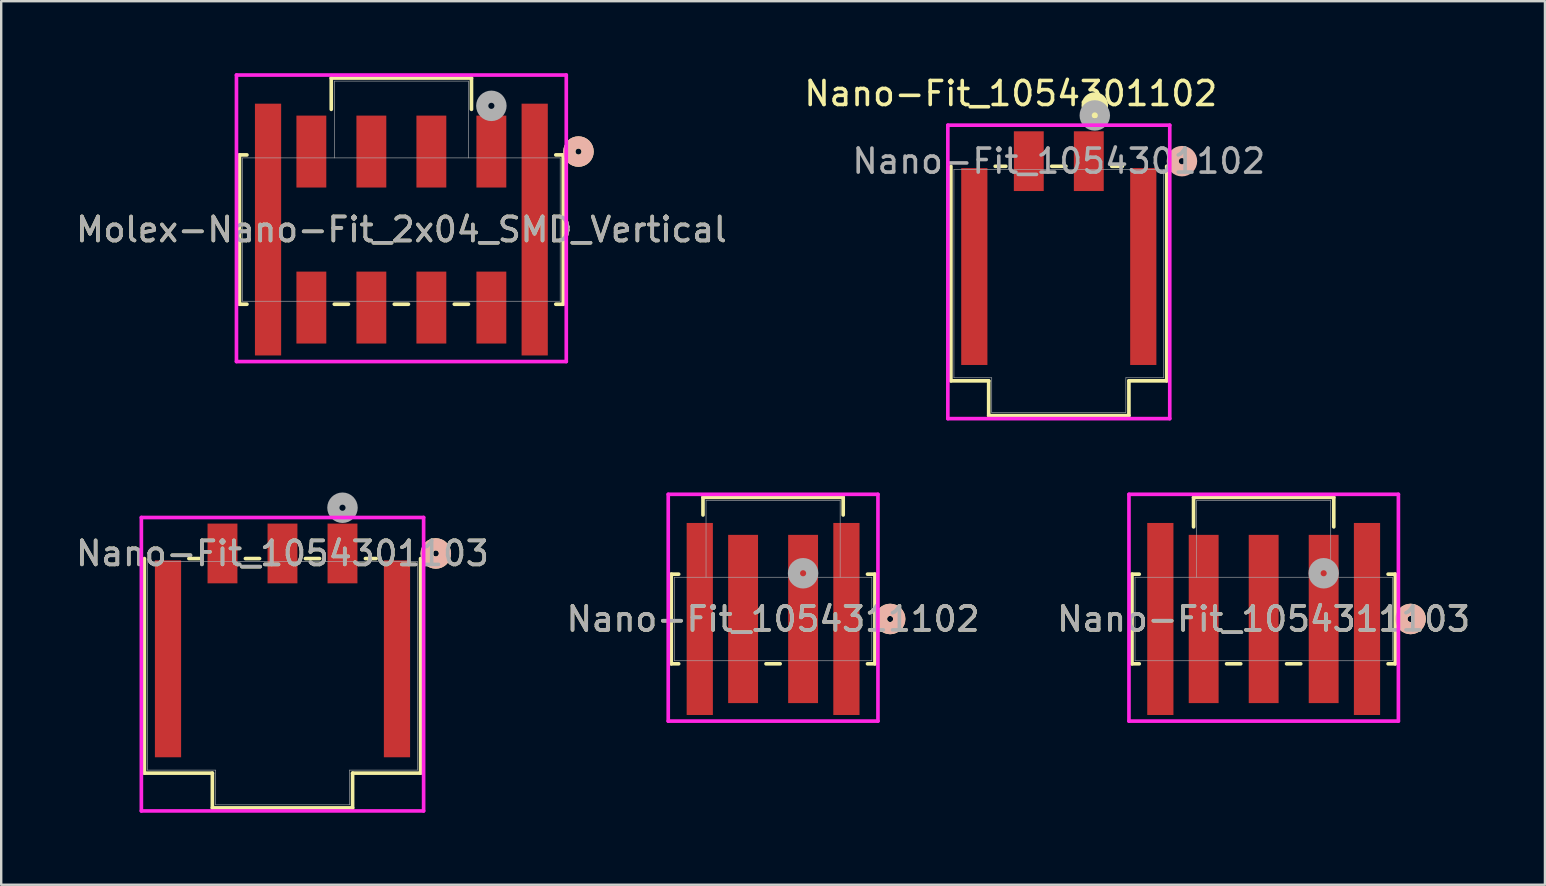
<source format=kicad_pcb>
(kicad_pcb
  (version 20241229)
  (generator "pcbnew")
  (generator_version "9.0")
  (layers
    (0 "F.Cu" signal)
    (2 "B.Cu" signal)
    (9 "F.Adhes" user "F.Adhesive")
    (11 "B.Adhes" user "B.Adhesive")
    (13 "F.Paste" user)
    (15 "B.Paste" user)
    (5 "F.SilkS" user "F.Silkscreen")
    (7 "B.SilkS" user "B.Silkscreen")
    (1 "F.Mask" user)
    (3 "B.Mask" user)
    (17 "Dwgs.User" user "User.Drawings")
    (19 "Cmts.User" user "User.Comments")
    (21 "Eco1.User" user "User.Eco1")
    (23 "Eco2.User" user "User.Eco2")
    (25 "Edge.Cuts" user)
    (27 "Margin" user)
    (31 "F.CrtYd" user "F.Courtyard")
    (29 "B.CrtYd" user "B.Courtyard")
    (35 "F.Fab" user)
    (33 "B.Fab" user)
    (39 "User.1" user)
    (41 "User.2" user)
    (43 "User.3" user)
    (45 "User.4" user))
  (footprint "Nano-Fit_1054301102"
    (layer "F.Cu")
    (at 41.065 8.348)
    (property "Reference" "Nano-Fit_1054301102" (at -2 -7.5 0) (unlocked yes) (layer "F.SilkS") (effects (font (size 1 1) (thickness 0.15))))
    (attr smd)
    (fp_line (start -4.496 -4.47) (end -4.496 4.47) (stroke (width 0.152) (type solid)) (layer "F.SilkS"))
    (fp_line (start -4.496 4.47) (end -2.921 4.47) (stroke (width 0.152) (type solid)) (layer "F.SilkS"))
    (fp_line (start -2.921 4.47) (end -2.921 5.918) (stroke (width 0.152) (type solid)) (layer "F.SilkS"))
    (fp_line (start -2.921 5.918) (end 2.921 5.918) (stroke (width 0.152) (type solid)) (layer "F.SilkS"))
    (fp_line (start -2.205 -4.47) (end -2.65 -4.47) (stroke (width 0.152) (type solid)) (layer "F.SilkS"))
    (fp_line (start 0.295 -4.47) (end -0.295 -4.47) (stroke (width 0.152) (type solid)) (layer "F.SilkS"))
    (fp_line (start 2.65 -4.47) (end 2.205 -4.47) (stroke (width 0.152) (type solid)) (layer "F.SilkS"))
    (fp_line (start 2.921 4.47) (end 4.496 4.47) (stroke (width 0.152) (type solid)) (layer "F.SilkS"))
    (fp_line (start 2.921 5.918) (end 2.921 4.47) (stroke (width 0.152) (type solid)) (layer "F.SilkS"))
    (fp_line (start 4.496 4.47) (end 4.496 -4.47) (stroke (width 0.152) (type solid)) (layer "F.SilkS"))
    (fp_circle (center 1.5 -7) (end 1.8 -7) (stroke (width 0.508) (type solid)) (fill yes) (layer "F.SilkS"))
    (fp_circle (center 5.131 -4.683) (end 5.512 -4.683) (stroke (width 0.508) (type solid)) (fill no) (layer "B.SilkS"))
    (fp_line (start -4.623 -6.182) (end -4.623 6.045) (stroke (width 0.152) (type solid)) (layer "F.CrtYd"))
    (fp_line (start -4.623 6.045) (end 4.623 6.045) (stroke (width 0.152) (type solid)) (layer "F.CrtYd"))
    (fp_line (start 4.623 -6.182) (end -4.623 -6.182) (stroke (width 0.152) (type solid)) (layer "F.CrtYd"))
    (fp_line (start 4.623 6.045) (end 4.623 -6.182) (stroke (width 0.152) (type solid)) (layer "F.CrtYd"))
    (fp_line (start -4.369 -4.343) (end -4.369 4.343) (stroke (width 0.025) (type solid)) (layer "F.Fab"))
    (fp_line (start -4.369 4.343) (end -2.794 4.343) (stroke (width 0.025) (type solid)) (layer "F.Fab"))
    (fp_line (start -2.794 4.343) (end -2.794 5.791) (stroke (width 0.025) (type solid)) (layer "F.Fab"))
    (fp_line (start -2.794 5.791) (end 2.794 5.791) (stroke (width 0.025) (type solid)) (layer "F.Fab"))
    (fp_line (start 2.794 4.343) (end 4.369 4.343) (stroke (width 0.025) (type solid)) (layer "F.Fab"))
    (fp_line (start 2.794 5.791) (end 2.794 4.343) (stroke (width 0.025) (type solid)) (layer "F.Fab"))
    (fp_line (start 4.369 -4.343) (end -4.369 -4.343) (stroke (width 0.025) (type solid)) (layer "F.Fab"))
    (fp_line (start 4.369 4.343) (end 4.369 -4.343) (stroke (width 0.025) (type solid)) (layer "F.Fab"))
    (fp_circle (center 1.5 -6.588) (end 1.881 -6.588) (stroke (width 0.508) (type solid)) (fill no) (layer "F.Fab"))
    (fp_text user "${REFERENCE}" (at 0 -4.683 0) (unlocked yes) (layer "F.Fab") (effects (font (size 1 1) (thickness 0.15))))
    (pad "1" smd rect (at 1.25 -4.683) (size 1.245 2.489) (layers "F.Cu" "F.Mask" "F.Paste"))
    (pad "2" smd rect (at -1.25 -4.683) (size 1.245 2.489) (layers "F.Cu" "F.Mask" "F.Paste"))
    (pad "MP" smd rect (at -3.52 -0.293) (size 1.092 8.204) (layers "F.Cu" "F.Mask" "F.Paste"))
    (pad "MP" smd rect (at 3.52 -0.293) (size 1.092 8.204) (layers "F.Cu" "F.Mask" "F.Paste")))
  (footprint "Nano-Fit_1054311102"
    (layer "F.Cu")
    (at 29.161 22.74)
    (property "Reference" "Nano-Fit_1054311102" (at 0 0 0) (unlocked yes) (layer "F.SilkS") (effects (font (size 1 1) (thickness 0.15))))
    (attr smd)
    (fp_line (start -4.242 -1.867) (end -4.242 1.867) (stroke (width 0.152) (type solid)) (layer "F.SilkS"))
    (fp_line (start -4.242 1.867) (end -3.934 1.867) (stroke (width 0.152) (type solid)) (layer "F.SilkS"))
    (fp_line (start -3.934 -1.867) (end -4.242 -1.867) (stroke (width 0.152) (type solid)) (layer "F.SilkS"))
    (fp_line (start -2.921 -5.067) (end -2.921 -4.333) (stroke (width 0.152) (type solid)) (layer "F.SilkS"))
    (fp_line (start -0.295 1.867) (end 0.295 1.867) (stroke (width 0.152) (type solid)) (layer "F.SilkS"))
    (fp_line (start 2.921 -5.067) (end -2.921 -5.067) (stroke (width 0.152) (type solid)) (layer "F.SilkS"))
    (fp_line (start 2.921 -4.333) (end 2.921 -5.067) (stroke (width 0.152) (type solid)) (layer "F.SilkS"))
    (fp_line (start 3.934 1.867) (end 4.242 1.867) (stroke (width 0.152) (type solid)) (layer "F.SilkS"))
    (fp_line (start 4.242 -1.867) (end 3.934 -1.867) (stroke (width 0.152) (type solid)) (layer "F.SilkS"))
    (fp_line (start 4.242 1.867) (end 4.242 -1.867) (stroke (width 0.152) (type solid)) (layer "F.SilkS"))
    (fp_circle (center 4.877 0) (end 5.258 0) (stroke (width 0.508) (type solid)) (fill no) (layer "F.SilkS"))
    (fp_circle (center 4.877 0) (end 5.258 0) (stroke (width 0.508) (type solid)) (fill no) (layer "B.SilkS"))
    (fp_line (start -4.369 -5.194) (end -4.369 4.255) (stroke (width 0.152) (type solid)) (layer "F.CrtYd"))
    (fp_line (start -4.369 4.255) (end 4.369 4.255) (stroke (width 0.152) (type solid)) (layer "F.CrtYd"))
    (fp_line (start 4.369 -5.194) (end -4.369 -5.194) (stroke (width 0.152) (type solid)) (layer "F.CrtYd"))
    (fp_line (start 4.369 4.255) (end 4.369 -5.194) (stroke (width 0.152) (type solid)) (layer "F.CrtYd"))
    (fp_line (start -4.115 -1.74) (end -4.115 1.74) (stroke (width 0.025) (type solid)) (layer "F.Fab"))
    (fp_line (start -4.115 1.74) (end 4.115 1.74) (stroke (width 0.025) (type solid)) (layer "F.Fab"))
    (fp_line (start -2.794 -4.94) (end -2.794 -1.74) (stroke (width 0.025) (type solid)) (layer "F.Fab"))
    (fp_line (start -2.794 -4.94) (end 2.794 -4.94) (stroke (width 0.025) (type solid)) (layer "F.Fab"))
    (fp_line (start 2.794 -4.94) (end 2.794 -1.74) (stroke (width 0.025) (type solid)) (layer "F.Fab"))
    (fp_line (start 4.115 -1.74) (end -4.115 -1.74) (stroke (width 0.025) (type solid)) (layer "F.Fab"))
    (fp_line (start 4.115 1.74) (end 4.115 -1.74) (stroke (width 0.025) (type solid)) (layer "F.Fab"))
    (fp_circle (center 1.25 -1.905) (end 1.631 -1.905) (stroke (width 0.508) (type solid)) (fill no) (layer "F.Fab"))
    (fp_text user "${REFERENCE}" (at 0 0 0) (unlocked yes) (layer "F.Fab") (effects (font (size 1 1) (thickness 0.15))))
    (pad "1" smd rect (at 1.25 0) (size 1.245 7.01) (layers "F.Cu" "F.Mask" "F.Paste"))
    (pad "2" smd rect (at -1.25 0) (size 1.245 7.01) (layers "F.Cu" "F.Mask" "F.Paste"))
    (pad "3" smd rect (at -3.055 0) (size 1.092 8.001) (layers "F.Cu" "F.Mask" "F.Paste"))
    (pad "4" smd rect (at 3.055 0) (size 1.092 8.001) (layers "F.Cu" "F.Mask" "F.Paste")))
  (footprint "Nano-Fit_1054311103"
    (layer "F.Cu")
    (at 49.601 22.74)
    (property "Reference" "Nano-Fit_1054311103" (at 0 0 0) (unlocked yes) (layer "F.SilkS") (effects (font (size 1 1) (thickness 0.15))))
    (attr smd)
    (fp_line (start -5.486 -1.867) (end -5.486 1.867) (stroke (width 0.152) (type solid)) (layer "F.SilkS"))
    (fp_line (start -5.486 1.867) (end -5.184 1.867) (stroke (width 0.152) (type solid)) (layer "F.SilkS"))
    (fp_line (start -5.184 -1.867) (end -5.486 -1.867) (stroke (width 0.152) (type solid)) (layer "F.SilkS"))
    (fp_line (start -2.921 -5.067) (end -2.921 -3.838) (stroke (width 0.152) (type solid)) (layer "F.SilkS"))
    (fp_line (start -1.545 1.867) (end -0.955 1.867) (stroke (width 0.152) (type solid)) (layer "F.SilkS"))
    (fp_line (start 0.955 1.867) (end 1.545 1.867) (stroke (width 0.152) (type solid)) (layer "F.SilkS"))
    (fp_line (start 2.921 -5.067) (end -2.921 -5.067) (stroke (width 0.152) (type solid)) (layer "F.SilkS"))
    (fp_line (start 2.921 -3.838) (end 2.921 -5.067) (stroke (width 0.152) (type solid)) (layer "F.SilkS"))
    (fp_line (start 5.184 1.867) (end 5.486 1.867) (stroke (width 0.152) (type solid)) (layer "F.SilkS"))
    (fp_line (start 5.486 -1.867) (end 5.184 -1.867) (stroke (width 0.152) (type solid)) (layer "F.SilkS"))
    (fp_line (start 5.486 1.867) (end 5.486 -1.867) (stroke (width 0.152) (type solid)) (layer "F.SilkS"))
    (fp_circle (center 6.121 0) (end 6.502 0) (stroke (width 0.508) (type solid)) (fill no) (layer "F.SilkS"))
    (fp_circle (center 6.121 0) (end 6.502 0) (stroke (width 0.508) (type solid)) (fill no) (layer "B.SilkS"))
    (fp_line (start -5.613 -5.194) (end -5.613 4.255) (stroke (width 0.152) (type solid)) (layer "F.CrtYd"))
    (fp_line (start -5.613 4.255) (end 5.613 4.255) (stroke (width 0.152) (type solid)) (layer "F.CrtYd"))
    (fp_line (start 5.613 -5.194) (end -5.613 -5.194) (stroke (width 0.152) (type solid)) (layer "F.CrtYd"))
    (fp_line (start 5.613 4.255) (end 5.613 -5.194) (stroke (width 0.152) (type solid)) (layer "F.CrtYd"))
    (fp_line (start -5.359 -1.74) (end -5.359 1.74) (stroke (width 0.025) (type solid)) (layer "F.Fab"))
    (fp_line (start -5.359 1.74) (end 5.359 1.74) (stroke (width 0.025) (type solid)) (layer "F.Fab"))
    (fp_line (start -2.794 -4.94) (end -2.794 -1.74) (stroke (width 0.025) (type solid)) (layer "F.Fab"))
    (fp_line (start -2.794 -4.94) (end 2.794 -4.94) (stroke (width 0.025) (type solid)) (layer "F.Fab"))
    (fp_line (start 2.794 -4.94) (end 2.794 -1.74) (stroke (width 0.025) (type solid)) (layer "F.Fab"))
    (fp_line (start 5.359 -1.74) (end -5.359 -1.74) (stroke (width 0.025) (type solid)) (layer "F.Fab"))
    (fp_line (start 5.359 1.74) (end 5.359 -1.74) (stroke (width 0.025) (type solid)) (layer "F.Fab"))
    (fp_circle (center 2.5 -1.905) (end 2.881 -1.905) (stroke (width 0.508) (type solid)) (fill no) (layer "F.Fab"))
    (fp_text user "${REFERENCE}" (at 0 0 0) (unlocked yes) (layer "F.Fab") (effects (font (size 1 1) (thickness 0.15))))
    (pad "1" smd rect (at 2.5 0) (size 1.245 7.01) (layers "F.Cu" "F.Mask" "F.Paste"))
    (pad "2" smd rect (at 0 0) (size 1.245 7.01) (layers "F.Cu" "F.Mask" "F.Paste"))
    (pad "3" smd rect (at -2.5 0) (size 1.245 7.01) (layers "F.Cu" "F.Mask" "F.Paste"))
    (pad "4" smd rect (at -4.305 0) (size 1.092 8.001) (layers "F.Cu" "F.Mask" "F.Paste"))
    (pad "5" smd rect (at 4.305 0) (size 1.092 8.001) (layers "F.Cu" "F.Mask" "F.Paste")))
  (footprint "Nano-Fit_1054301103"
    (layer "F.Cu")
    (at 8.72 24.693)
    (property "Reference" "Nano-Fit_1054301103" (at 0 -4.683 0) (unlocked yes) (layer "F.SilkS") (effects (font (size 1 1) (thickness 0.15))))
    (attr smd)
    (fp_line (start -5.753 -4.47) (end -5.753 4.47) (stroke (width 0.152) (type solid)) (layer "F.SilkS"))
    (fp_line (start -5.753 4.47) (end -2.921 4.47) (stroke (width 0.152) (type solid)) (layer "F.SilkS"))
    (fp_line (start -3.455 -4.47) (end -3.9 -4.47) (stroke (width 0.152) (type solid)) (layer "F.SilkS"))
    (fp_line (start -2.921 4.47) (end -2.921 5.918) (stroke (width 0.152) (type solid)) (layer "F.SilkS"))
    (fp_line (start -2.921 5.918) (end 2.921 5.918) (stroke (width 0.152) (type solid)) (layer "F.SilkS"))
    (fp_line (start -0.955 -4.47) (end -1.545 -4.47) (stroke (width 0.152) (type solid)) (layer "F.SilkS"))
    (fp_line (start 1.545 -4.47) (end 0.955 -4.47) (stroke (width 0.152) (type solid)) (layer "F.SilkS"))
    (fp_line (start 2.921 4.47) (end 5.753 4.47) (stroke (width 0.152) (type solid)) (layer "F.SilkS"))
    (fp_line (start 2.921 5.918) (end 2.921 4.47) (stroke (width 0.152) (type solid)) (layer "F.SilkS"))
    (fp_line (start 3.9 -4.47) (end 3.455 -4.47) (stroke (width 0.152) (type solid)) (layer "F.SilkS"))
    (fp_line (start 5.753 4.47) (end 5.753 -4.47) (stroke (width 0.152) (type solid)) (layer "F.SilkS"))
    (fp_circle (center 6.388 -4.683) (end 6.769 -4.683) (stroke (width 0.508) (type solid)) (fill no) (layer "F.SilkS"))
    (fp_circle (center 6.388 -4.683) (end 6.769 -4.683) (stroke (width 0.508) (type solid)) (fill no) (layer "B.SilkS"))
    (fp_line (start -5.88 -6.182) (end -5.88 6.045) (stroke (width 0.152) (type solid)) (layer "F.CrtYd"))
    (fp_line (start -5.88 6.045) (end 5.88 6.045) (stroke (width 0.152) (type solid)) (layer "F.CrtYd"))
    (fp_line (start 5.88 -6.182) (end -5.88 -6.182) (stroke (width 0.152) (type solid)) (layer "F.CrtYd"))
    (fp_line (start 5.88 6.045) (end 5.88 -6.182) (stroke (width 0.152) (type solid)) (layer "F.CrtYd"))
    (fp_line (start -5.626 -4.343) (end -5.626 4.343) (stroke (width 0.025) (type solid)) (layer "F.Fab"))
    (fp_line (start -5.626 4.343) (end -2.794 4.343) (stroke (width 0.025) (type solid)) (layer "F.Fab"))
    (fp_line (start -2.794 4.343) (end -2.794 5.791) (stroke (width 0.025) (type solid)) (layer "F.Fab"))
    (fp_line (start -2.794 5.791) (end 2.794 5.791) (stroke (width 0.025) (type solid)) (layer "F.Fab"))
    (fp_line (start 2.794 4.343) (end 5.626 4.343) (stroke (width 0.025) (type solid)) (layer "F.Fab"))
    (fp_line (start 2.794 5.791) (end 2.794 4.343) (stroke (width 0.025) (type solid)) (layer "F.Fab"))
    (fp_line (start 5.626 -4.343) (end -5.626 -4.343) (stroke (width 0.025) (type solid)) (layer "F.Fab"))
    (fp_line (start 5.626 4.343) (end 5.626 -4.343) (stroke (width 0.025) (type solid)) (layer "F.Fab"))
    (fp_circle (center 2.5 -6.588) (end 2.881 -6.588) (stroke (width 0.508) (type solid)) (fill no) (layer "F.Fab"))
    (fp_text user "${REFERENCE}" (at 0 -4.683 0) (unlocked yes) (layer "F.Fab") (effects (font (size 1 1) (thickness 0.15))))
    (pad "1" smd rect (at 2.5 -4.683) (size 1.245 2.489) (layers "F.Cu" "F.Mask" "F.Paste"))
    (pad "2" smd rect (at 0 -4.683) (size 1.245 2.489) (layers "F.Cu" "F.Mask" "F.Paste"))
    (pad "3" smd rect (at -2.5 -4.683) (size 1.245 2.489) (layers "F.Cu" "F.Mask" "F.Paste"))
    (pad "4" smd rect (at -4.77 -0.293) (size 1.092 8.204) (layers "F.Cu" "F.Mask" "F.Paste"))
    (pad "5" smd rect (at 4.77 -0.293) (size 1.092 8.204) (layers "F.Cu" "F.Mask" "F.Paste")))
  (footprint "Molex-Nano-Fit_2x04_SMD_Vertical"
    (layer "F.Cu")
    (at 13.673 6.515)
    (property "Reference" "Molex-Nano-Fit_2x04_SMD_Vertical" (at 0 0 0) (unlocked yes) (layer "F.SilkS") (effects (font (size 1 1) (thickness 0.15))))
    (attr smd)
    (fp_line (start -6.744 -3.111) (end -6.744 3.111) (stroke (width 0.152) (type solid)) (layer "F.SilkS"))
    (fp_line (start -6.744 3.111) (end -6.434 3.111) (stroke (width 0.152) (type solid)) (layer "F.SilkS"))
    (fp_line (start -6.434 -3.111) (end -6.744 -3.111) (stroke (width 0.152) (type solid)) (layer "F.SilkS"))
    (fp_line (start -2.921 -6.312) (end -2.921 -5.009) (stroke (width 0.152) (type solid)) (layer "F.SilkS"))
    (fp_line (start -2.795 3.111) (end -2.205 3.111) (stroke (width 0.152) (type solid)) (layer "F.SilkS"))
    (fp_line (start -0.295 3.111) (end 0.295 3.111) (stroke (width 0.152) (type solid)) (layer "F.SilkS"))
    (fp_line (start 2.205 3.111) (end 2.795 3.111) (stroke (width 0.152) (type solid)) (layer "F.SilkS"))
    (fp_line (start 2.921 -6.312) (end -2.921 -6.312) (stroke (width 0.152) (type solid)) (layer "F.SilkS"))
    (fp_line (start 2.921 -5.009) (end 2.921 -6.312) (stroke (width 0.152) (type solid)) (layer "F.SilkS"))
    (fp_line (start 6.434 3.111) (end 6.744 3.111) (stroke (width 0.152) (type solid)) (layer "F.SilkS"))
    (fp_line (start 6.744 -3.111) (end 6.434 -3.111) (stroke (width 0.152) (type solid)) (layer "F.SilkS"))
    (fp_line (start 6.744 3.111) (end 6.744 -3.111) (stroke (width 0.152) (type solid)) (layer "F.SilkS"))
    (fp_circle (center 7.379 -3.25) (end 7.76 -3.25) (stroke (width 0.508) (type solid)) (fill no) (layer "F.SilkS"))
    (fp_circle (center 7.379 -3.25) (end 7.76 -3.25) (stroke (width 0.508) (type solid)) (fill no) (layer "B.SilkS"))
    (fp_line (start -6.871 -6.439) (end -6.871 5.499) (stroke (width 0.152) (type solid)) (layer "F.CrtYd"))
    (fp_line (start -6.871 5.499) (end 6.871 5.499) (stroke (width 0.152) (type solid)) (layer "F.CrtYd"))
    (fp_line (start 6.871 -6.439) (end -6.871 -6.439) (stroke (width 0.152) (type solid)) (layer "F.CrtYd"))
    (fp_line (start 6.871 5.499) (end 6.871 -6.439) (stroke (width 0.152) (type solid)) (layer "F.CrtYd"))
    (fp_line (start -6.617 -2.985) (end -6.617 2.985) (stroke (width 0.025) (type solid)) (layer "F.Fab"))
    (fp_line (start -6.617 2.985) (end 6.617 2.985) (stroke (width 0.025) (type solid)) (layer "F.Fab"))
    (fp_line (start -2.794 -6.185) (end -2.794 -2.985) (stroke (width 0.025) (type solid)) (layer "F.Fab"))
    (fp_line (start -2.794 -6.185) (end 2.794 -6.185) (stroke (width 0.025) (type solid)) (layer "F.Fab"))
    (fp_line (start 2.794 -6.185) (end 2.794 -2.985) (stroke (width 0.025) (type solid)) (layer "F.Fab"))
    (fp_line (start 6.617 -2.985) (end -6.617 -2.985) (stroke (width 0.025) (type solid)) (layer "F.Fab"))
    (fp_line (start 6.617 2.985) (end 6.617 -2.985) (stroke (width 0.025) (type solid)) (layer "F.Fab"))
    (fp_circle (center 3.75 -5.155) (end 4.131 -5.155) (stroke (width 0.508) (type solid)) (fill no) (layer "F.Fab"))
    (fp_text user "${REFERENCE}" (at 0 0 0) (unlocked yes) (layer "F.Fab") (effects (font (size 1 1) (thickness 0.15))))
    (pad "1" smd rect (at 3.75 -3.25) (size 1.245 2.997) (layers "F.Cu" "F.Mask" "F.Paste"))
    (pad "2" smd rect (at 1.25 -3.25) (size 1.245 2.997) (layers "F.Cu" "F.Mask" "F.Paste"))
    (pad "3" smd rect (at -1.25 -3.25) (size 1.245 2.997) (layers "F.Cu" "F.Mask" "F.Paste"))
    (pad "4" smd rect (at -3.75 -3.25) (size 1.245 2.997) (layers "F.Cu" "F.Mask" "F.Paste"))
    (pad "5" smd rect (at 3.75 3.25) (size 1.245 2.997) (layers "F.Cu" "F.Mask" "F.Paste"))
    (pad "6" smd rect (at 1.25 3.25) (size 1.245 2.997) (layers "F.Cu" "F.Mask" "F.Paste"))
    (pad "7" smd rect (at -1.25 3.25) (size 1.245 2.997) (layers "F.Cu" "F.Mask" "F.Paste"))
    (pad "8" smd rect (at -3.75 3.25) (size 1.245 2.997) (layers "F.Cu" "F.Mask" "F.Paste"))
    (pad "MP" smd rect (at -5.555 0) (size 1.092 10.49) (layers "F.Cu" "F.Mask" "F.Paste"))
    (pad "MP" smd rect (at 5.555 0) (size 1.092 10.49) (layers "F.Cu" "F.Mask" "F.Paste")))
  (gr_rect
    (start -3 -3)
    (end 61.321 33.814)
    (stroke (width 0.1) (type default))
    (fill no)
    (layer "Edge.Cuts")))
</source>
